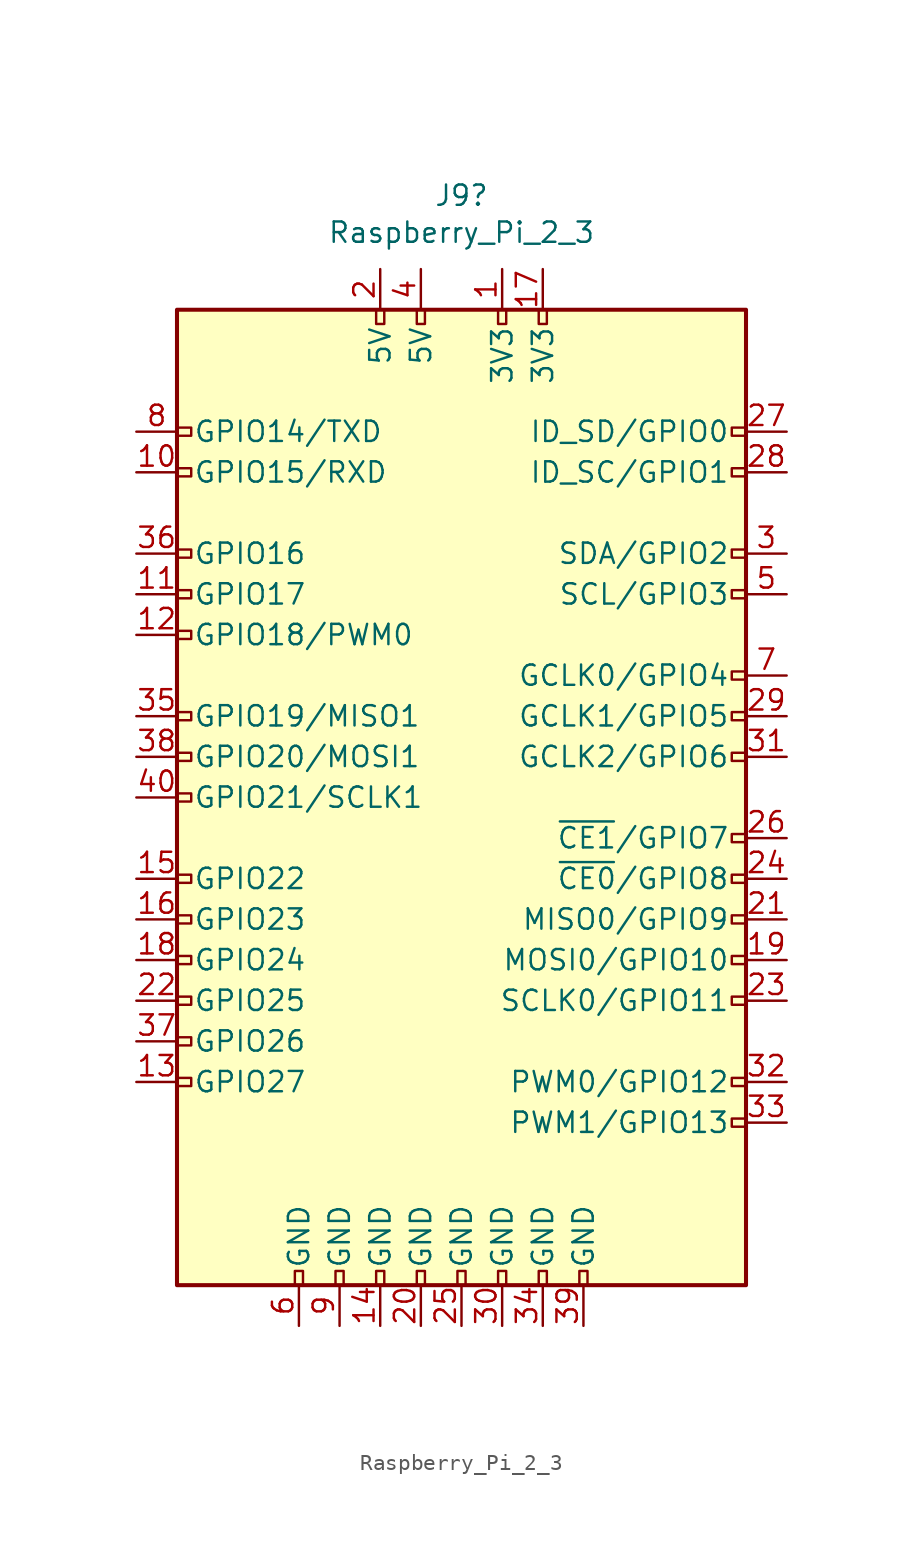
<source format=kicad_sym>
(kicad_symbol_lib
  (version 20211014)
  (generator kicad_symbol_editor)
  (symbol "Raspberry_Pi_2_3"
    (pin_names
      (offset 1.016))
    (property "Reference" "J9"
      (at 0 37.617 0)
      (effects (font (size 1.27 1.27))))
    (property "Value" "Raspberry_Pi_2_3"
      (at 0 35.306 0)
      (effects (font (size 1.27 1.27))))
    (symbol "Raspberry_Pi_2_3_0_1"
      (rectangle (start -17.78 30.48) (end 17.78 -30.48) (stroke (width 0.254) (type default) (color 0 0 0 0)) (fill (type background))))
    (symbol "Raspberry_Pi_2_3_1_1"
      (rectangle (start -16.891 -17.526) (end -17.78 -18.034) (stroke (width 0) (type default) (color 0 0 0 0)) (fill (type none)))
      (rectangle (start -16.891 -14.986) (end -17.78 -15.494) (stroke (width 0) (type default) (color 0 0 0 0)) (fill (type none)))
      (rectangle (start -16.891 -12.446) (end -17.78 -12.954) (stroke (width 0) (type default) (color 0 0 0 0)) (fill (type none)))
      (rectangle (start -16.891 -9.906) (end -17.78 -10.414) (stroke (width 0) (type default) (color 0 0 0 0)) (fill (type none)))
      (rectangle (start -16.891 -7.366) (end -17.78 -7.874) (stroke (width 0) (type default) (color 0 0 0 0)) (fill (type none)))
      (rectangle (start -16.891 -4.826) (end -17.78 -5.334) (stroke (width 0) (type default) (color 0 0 0 0)) (fill (type none)))
      (rectangle (start -16.891 0.254) (end -17.78 -0.254) (stroke (width 0) (type default) (color 0 0 0 0)) (fill (type none)))
      (rectangle (start -16.891 2.794) (end -17.78 2.286) (stroke (width 0) (type default) (color 0 0 0 0)) (fill (type none)))
      (rectangle (start -16.891 5.334) (end -17.78 4.826) (stroke (width 0) (type default) (color 0 0 0 0)) (fill (type none)))
      (rectangle (start -16.891 10.414) (end -17.78 9.906) (stroke (width 0) (type default) (color 0 0 0 0)) (fill (type none)))
      (rectangle (start -16.891 12.954) (end -17.78 12.446) (stroke (width 0) (type default) (color 0 0 0 0)) (fill (type none)))
      (rectangle (start -16.891 15.494) (end -17.78 14.986) (stroke (width 0) (type default) (color 0 0 0 0)) (fill (type none)))
      (rectangle (start -16.891 20.574) (end -17.78 20.066) (stroke (width 0) (type default) (color 0 0 0 0)) (fill (type none)))
      (rectangle (start -16.891 23.114) (end -17.78 22.606) (stroke (width 0) (type default) (color 0 0 0 0)) (fill (type none)))
      (rectangle (start -10.414 -29.591) (end -9.906 -30.48) (stroke (width 0) (type default) (color 0 0 0 0)) (fill (type none)))
      (rectangle (start -7.874 -29.591) (end -7.366 -30.48) (stroke (width 0) (type default) (color 0 0 0 0)) (fill (type none)))
      (rectangle (start -5.334 -29.591) (end -4.826 -30.48) (stroke (width 0) (type default) (color 0 0 0 0)) (fill (type none)))
      (rectangle (start -5.334 30.48) (end -4.826 29.591) (stroke (width 0) (type default) (color 0 0 0 0)) (fill (type none)))
      (rectangle (start -2.794 -29.591) (end -2.286 -30.48) (stroke (width 0) (type default) (color 0 0 0 0)) (fill (type none)))
      (rectangle (start -2.794 30.48) (end -2.286 29.591) (stroke (width 0) (type default) (color 0 0 0 0)) (fill (type none)))
      (rectangle (start -0.254 -29.591) (end 0.254 -30.48) (stroke (width 0) (type default) (color 0 0 0 0)) (fill (type none)))
      (rectangle (start 2.286 -29.591) (end 2.794 -30.48) (stroke (width 0) (type default) (color 0 0 0 0)) (fill (type none)))
      (rectangle (start 2.286 30.48) (end 2.794 29.591) (stroke (width 0) (type default) (color 0 0 0 0)) (fill (type none)))
      (rectangle (start 4.826 -29.591) (end 5.334 -30.48) (stroke (width 0) (type default) (color 0 0 0 0)) (fill (type none)))
      (rectangle (start 4.826 30.48) (end 5.334 29.591) (stroke (width 0) (type default) (color 0 0 0 0)) (fill (type none)))
      (rectangle (start 7.366 -29.591) (end 7.874 -30.48) (stroke (width 0) (type default) (color 0 0 0 0)) (fill (type none)))
      (rectangle (start 17.78 -20.066) (end 16.891 -20.574) (stroke (width 0) (type default) (color 0 0 0 0)) (fill (type none)))
      (rectangle (start 17.78 -17.526) (end 16.891 -18.034) (stroke (width 0) (type default) (color 0 0 0 0)) (fill (type none)))
      (rectangle (start 17.78 -12.446) (end 16.891 -12.954) (stroke (width 0) (type default) (color 0 0 0 0)) (fill (type none)))
      (rectangle (start 17.78 -9.906) (end 16.891 -10.414) (stroke (width 0) (type default) (color 0 0 0 0)) (fill (type none)))
      (rectangle (start 17.78 -7.366) (end 16.891 -7.874) (stroke (width 0) (type default) (color 0 0 0 0)) (fill (type none)))
      (rectangle (start 17.78 -4.826) (end 16.891 -5.334) (stroke (width 0) (type default) (color 0 0 0 0)) (fill (type none)))
      (rectangle (start 17.78 -2.286) (end 16.891 -2.794) (stroke (width 0) (type default) (color 0 0 0 0)) (fill (type none)))
      (rectangle (start 17.78 2.794) (end 16.891 2.286) (stroke (width 0) (type default) (color 0 0 0 0)) (fill (type none)))
      (rectangle (start 17.78 5.334) (end 16.891 4.826) (stroke (width 0) (type default) (color 0 0 0 0)) (fill (type none)))
      (rectangle (start 17.78 7.874) (end 16.891 7.366) (stroke (width 0) (type default) (color 0 0 0 0)) (fill (type none)))
      (rectangle (start 17.78 12.954) (end 16.891 12.446) (stroke (width 0) (type default) (color 0 0 0 0)) (fill (type none)))
      (rectangle (start 17.78 15.494) (end 16.891 14.986) (stroke (width 0) (type default) (color 0 0 0 0)) (fill (type none)))
      (rectangle (start 17.78 20.574) (end 16.891 20.066) (stroke (width 0) (type default) (color 0 0 0 0)) (fill (type none)))
      (rectangle (start 17.78 23.114) (end 16.891 22.606) (stroke (width 0) (type default) (color 0 0 0 0)) (fill (type none)))
      (pin power_in line (at 2.54 33.02 270) (length 2.54) (name "3V3" (effects (font (size 1.27 1.27)))) (number "1" (effects (font (size 1.27 1.27)))))
      (pin bidirectional line (at -20.32 20.32 0) (length 2.54) (name "GPIO15/RXD" (effects (font (size 1.27 1.27)))) (number "10" (effects (font (size 1.27 1.27)))))
      (pin bidirectional line (at -20.32 12.7 0) (length 2.54) (name "GPIO17" (effects (font (size 1.27 1.27)))) (number "11" (effects (font (size 1.27 1.27)))))
      (pin bidirectional line (at -20.32 10.16 0) (length 2.54) (name "GPIO18/PWM0" (effects (font (size 1.27 1.27)))) (number "12" (effects (font (size 1.27 1.27)))))
      (pin bidirectional line (at -20.32 -17.78 0) (length 2.54) (name "GPIO27" (effects (font (size 1.27 1.27)))) (number "13" (effects (font (size 1.27 1.27)))))
      (pin power_in line (at -5.08 -33.02 90) (length 2.54) (name "GND" (effects (font (size 1.27 1.27)))) (number "14" (effects (font (size 1.27 1.27)))))
      (pin bidirectional line (at -20.32 -5.08 0) (length 2.54) (name "GPIO22" (effects (font (size 1.27 1.27)))) (number "15" (effects (font (size 1.27 1.27)))))
      (pin bidirectional line (at -20.32 -7.62 0) (length 2.54) (name "GPIO23" (effects (font (size 1.27 1.27)))) (number "16" (effects (font (size 1.27 1.27)))))
      (pin power_in line (at 5.08 33.02 270) (length 2.54) (name "3V3" (effects (font (size 1.27 1.27)))) (number "17" (effects (font (size 1.27 1.27)))))
      (pin bidirectional line (at -20.32 -10.16 0) (length 2.54) (name "GPIO24" (effects (font (size 1.27 1.27)))) (number "18" (effects (font (size 1.27 1.27)))))
      (pin bidirectional line (at 20.32 -10.16 180) (length 2.54) (name "MOSI0/GPIO10" (effects (font (size 1.27 1.27)))) (number "19" (effects (font (size 1.27 1.27)))))
      (pin power_in line (at -5.08 33.02 270) (length 2.54) (name "5V" (effects (font (size 1.27 1.27)))) (number "2" (effects (font (size 1.27 1.27)))))
      (pin power_in line (at -2.54 -33.02 90) (length 2.54) (name "GND" (effects (font (size 1.27 1.27)))) (number "20" (effects (font (size 1.27 1.27)))))
      (pin bidirectional line (at 20.32 -7.62 180) (length 2.54) (name "MISO0/GPIO9" (effects (font (size 1.27 1.27)))) (number "21" (effects (font (size 1.27 1.27)))))
      (pin bidirectional line (at -20.32 -12.7 0) (length 2.54) (name "GPIO25" (effects (font (size 1.27 1.27)))) (number "22" (effects (font (size 1.27 1.27)))))
      (pin bidirectional line (at 20.32 -12.7 180) (length 2.54) (name "SCLK0/GPIO11" (effects (font (size 1.27 1.27)))) (number "23" (effects (font (size 1.27 1.27)))))
      (pin bidirectional line (at 20.32 -5.08 180) (length 2.54) (name "~{CE0}/GPIO8" (effects (font (size 1.27 1.27)))) (number "24" (effects (font (size 1.27 1.27)))))
      (pin power_in line (at 0 -33.02 90) (length 2.54) (name "GND" (effects (font (size 1.27 1.27)))) (number "25" (effects (font (size 1.27 1.27)))))
      (pin bidirectional line (at 20.32 -2.54 180) (length 2.54) (name "~{CE1}/GPIO7" (effects (font (size 1.27 1.27)))) (number "26" (effects (font (size 1.27 1.27)))))
      (pin bidirectional line (at 20.32 22.86 180) (length 2.54) (name "ID_SD/GPIO0" (effects (font (size 1.27 1.27)))) (number "27" (effects (font (size 1.27 1.27)))))
      (pin bidirectional line (at 20.32 20.32 180) (length 2.54) (name "ID_SC/GPIO1" (effects (font (size 1.27 1.27)))) (number "28" (effects (font (size 1.27 1.27)))))
      (pin bidirectional line (at 20.32 5.08 180) (length 2.54) (name "GCLK1/GPIO5" (effects (font (size 1.27 1.27)))) (number "29" (effects (font (size 1.27 1.27)))))
      (pin bidirectional line (at 20.32 15.24 180) (length 2.54) (name "SDA/GPIO2" (effects (font (size 1.27 1.27)))) (number "3" (effects (font (size 1.27 1.27)))))
      (pin power_in line (at 2.54 -33.02 90) (length 2.54) (name "GND" (effects (font (size 1.27 1.27)))) (number "30" (effects (font (size 1.27 1.27)))))
      (pin bidirectional line (at 20.32 2.54 180) (length 2.54) (name "GCLK2/GPIO6" (effects (font (size 1.27 1.27)))) (number "31" (effects (font (size 1.27 1.27)))))
      (pin bidirectional line (at 20.32 -17.78 180) (length 2.54) (name "PWM0/GPIO12" (effects (font (size 1.27 1.27)))) (number "32" (effects (font (size 1.27 1.27)))))
      (pin bidirectional line (at 20.32 -20.32 180) (length 2.54) (name "PWM1/GPIO13" (effects (font (size 1.27 1.27)))) (number "33" (effects (font (size 1.27 1.27)))))
      (pin power_in line (at 5.08 -33.02 90) (length 2.54) (name "GND" (effects (font (size 1.27 1.27)))) (number "34" (effects (font (size 1.27 1.27)))))
      (pin bidirectional line (at -20.32 5.08 0) (length 2.54) (name "GPIO19/MISO1" (effects (font (size 1.27 1.27)))) (number "35" (effects (font (size 1.27 1.27)))))
      (pin bidirectional line (at -20.32 15.24 0) (length 2.54) (name "GPIO16" (effects (font (size 1.27 1.27)))) (number "36" (effects (font (size 1.27 1.27)))))
      (pin bidirectional line (at -20.32 -15.24 0) (length 2.54) (name "GPIO26" (effects (font (size 1.27 1.27)))) (number "37" (effects (font (size 1.27 1.27)))))
      (pin bidirectional line (at -20.32 2.54 0) (length 2.54) (name "GPIO20/MOSI1" (effects (font (size 1.27 1.27)))) (number "38" (effects (font (size 1.27 1.27)))))
      (pin power_in line (at 7.62 -33.02 90) (length 2.54) (name "GND" (effects (font (size 1.27 1.27)))) (number "39" (effects (font (size 1.27 1.27)))))
      (pin power_in line (at -2.54 33.02 270) (length 2.54) (name "5V" (effects (font (size 1.27 1.27)))) (number "4" (effects (font (size 1.27 1.27)))))
      (pin bidirectional line (at -20.32 0 0) (length 2.54) (name "GPIO21/SCLK1" (effects (font (size 1.27 1.27)))) (number "40" (effects (font (size 1.27 1.27)))))
      (pin bidirectional line (at 20.32 12.7 180) (length 2.54) (name "SCL/GPIO3" (effects (font (size 1.27 1.27)))) (number "5" (effects (font (size 1.27 1.27)))))
      (pin power_in line (at -10.16 -33.02 90) (length 2.54) (name "GND" (effects (font (size 1.27 1.27)))) (number "6" (effects (font (size 1.27 1.27)))))
      (pin bidirectional line (at 20.32 7.62 180) (length 2.54) (name "GCLK0/GPIO4" (effects (font (size 1.27 1.27)))) (number "7" (effects (font (size 1.27 1.27)))))
      (pin bidirectional line (at -20.32 22.86 0) (length 2.54) (name "GPIO14/TXD" (effects (font (size 1.27 1.27)))) (number "8" (effects (font (size 1.27 1.27)))))
      (pin power_in line (at -7.62 -33.02 90) (length 2.54) (name "GND" (effects (font (size 1.27 1.27)))) (number "9" (effects (font (size 1.27 1.27))))))))
</source>
